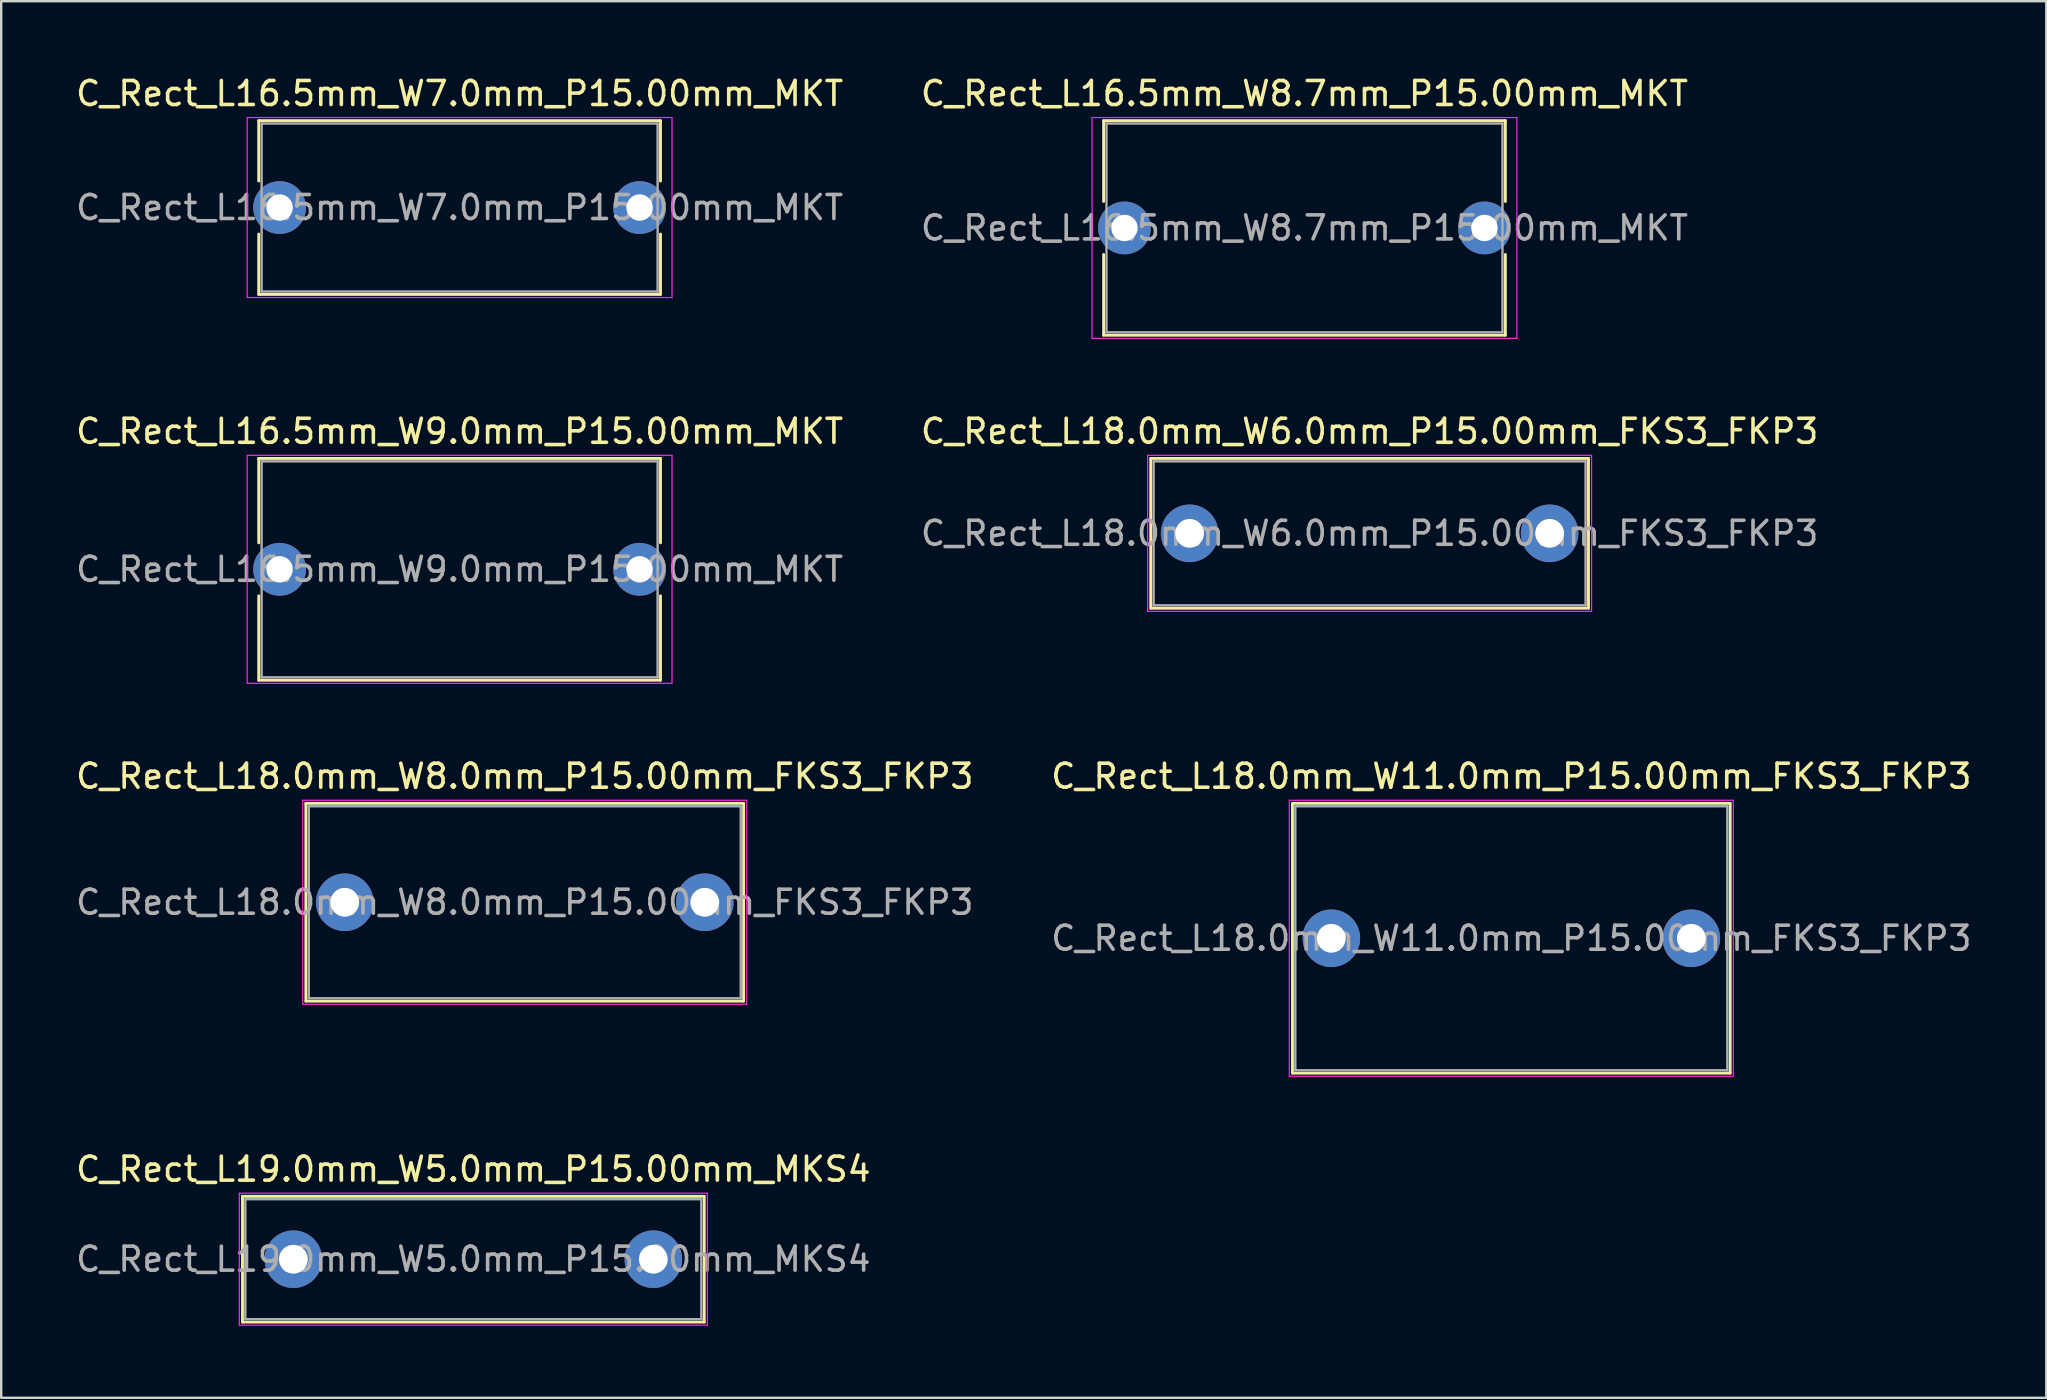
<source format=kicad_pcb>
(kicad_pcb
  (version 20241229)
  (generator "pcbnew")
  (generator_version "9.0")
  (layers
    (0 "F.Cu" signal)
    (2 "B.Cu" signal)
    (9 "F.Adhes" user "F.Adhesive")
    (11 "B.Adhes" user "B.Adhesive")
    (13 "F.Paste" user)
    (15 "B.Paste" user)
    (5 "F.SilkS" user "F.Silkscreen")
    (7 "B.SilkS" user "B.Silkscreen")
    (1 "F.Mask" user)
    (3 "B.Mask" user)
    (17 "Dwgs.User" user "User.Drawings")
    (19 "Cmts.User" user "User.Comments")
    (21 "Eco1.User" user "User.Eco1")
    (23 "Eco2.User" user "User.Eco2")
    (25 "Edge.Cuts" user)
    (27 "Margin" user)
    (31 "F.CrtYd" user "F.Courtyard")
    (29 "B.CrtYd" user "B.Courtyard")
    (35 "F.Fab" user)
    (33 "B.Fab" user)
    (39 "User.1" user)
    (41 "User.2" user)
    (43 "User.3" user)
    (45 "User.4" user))
  (footprint "C_Rect_L16.5mm_W8.7mm_P15.00mm_MKT"
    (layer "F.Cu")
    (at 43.804 6.448)
    (property "Reference" "C_Rect_L16.5mm_W8.7mm_P15.00mm_MKT" (at 7.5 -5.6 0) (layer "F.SilkS") (effects (font (size 1 1) (thickness 0.15))))
    (attr through_hole)
    (fp_line (start -0.87 -4.47) (end -0.87 -1.104) (stroke (width 0.12) (type solid)) (layer "F.SilkS"))
    (fp_line (start -0.87 -4.47) (end 15.87 -4.47) (stroke (width 0.12) (type solid)) (layer "F.SilkS"))
    (fp_line (start -0.87 1.104) (end -0.87 4.47) (stroke (width 0.12) (type solid)) (layer "F.SilkS"))
    (fp_line (start -0.87 4.47) (end 15.87 4.47) (stroke (width 0.12) (type solid)) (layer "F.SilkS"))
    (fp_line (start 15.87 -4.47) (end 15.87 -1.104) (stroke (width 0.12) (type solid)) (layer "F.SilkS"))
    (fp_line (start 15.87 1.104) (end 15.87 4.47) (stroke (width 0.12) (type solid)) (layer "F.SilkS"))
    (fp_line (start -1.35 -4.6) (end -1.35 4.6) (stroke (width 0.05) (type solid)) (layer "F.CrtYd"))
    (fp_line (start -1.35 4.6) (end 16.35 4.6) (stroke (width 0.05) (type solid)) (layer "F.CrtYd"))
    (fp_line (start 16.35 -4.6) (end -1.35 -4.6) (stroke (width 0.05) (type solid)) (layer "F.CrtYd"))
    (fp_line (start 16.35 4.6) (end 16.35 -4.6) (stroke (width 0.05) (type solid)) (layer "F.CrtYd"))
    (fp_line (start -0.75 -4.35) (end -0.75 4.35) (stroke (width 0.1) (type solid)) (layer "F.Fab"))
    (fp_line (start -0.75 4.35) (end 15.75 4.35) (stroke (width 0.1) (type solid)) (layer "F.Fab"))
    (fp_line (start 15.75 -4.35) (end -0.75 -4.35) (stroke (width 0.1) (type solid)) (layer "F.Fab"))
    (fp_line (start 15.75 4.35) (end 15.75 -4.35) (stroke (width 0.1) (type solid)) (layer "F.Fab"))
    (fp_text user "${REFERENCE}" (at 7.5 0 0) (layer "F.Fab") (effects (font (size 1 1) (thickness 0.15))))
    (pad "1" thru_hole circle (at 0 0) (size 2.2 2.2) (drill 1.1) (layers "*.Cu" "*.Mask"))
    (pad "2" thru_hole circle (at 15 0) (size 2.2 2.2) (drill 1.1) (layers "*.Cu" "*.Mask")))
  (footprint "C_Rect_L16.5mm_W7.0mm_P15.00mm_MKT"
    (layer "F.Cu")
    (at 8.601 5.598)
    (property "Reference" "C_Rect_L16.5mm_W7.0mm_P15.00mm_MKT" (at 7.5 -4.75 0) (layer "F.SilkS") (effects (font (size 1 1) (thickness 0.15))))
    (attr through_hole)
    (fp_line (start -0.87 -3.62) (end -0.87 -1.104) (stroke (width 0.12) (type solid)) (layer "F.SilkS"))
    (fp_line (start -0.87 -3.62) (end 15.87 -3.62) (stroke (width 0.12) (type solid)) (layer "F.SilkS"))
    (fp_line (start -0.87 1.104) (end -0.87 3.62) (stroke (width 0.12) (type solid)) (layer "F.SilkS"))
    (fp_line (start -0.87 3.62) (end 15.87 3.62) (stroke (width 0.12) (type solid)) (layer "F.SilkS"))
    (fp_line (start 15.87 -3.62) (end 15.87 -1.104) (stroke (width 0.12) (type solid)) (layer "F.SilkS"))
    (fp_line (start 15.87 1.104) (end 15.87 3.62) (stroke (width 0.12) (type solid)) (layer "F.SilkS"))
    (fp_line (start -1.35 -3.75) (end -1.35 3.75) (stroke (width 0.05) (type solid)) (layer "F.CrtYd"))
    (fp_line (start -1.35 3.75) (end 16.35 3.75) (stroke (width 0.05) (type solid)) (layer "F.CrtYd"))
    (fp_line (start 16.35 -3.75) (end -1.35 -3.75) (stroke (width 0.05) (type solid)) (layer "F.CrtYd"))
    (fp_line (start 16.35 3.75) (end 16.35 -3.75) (stroke (width 0.05) (type solid)) (layer "F.CrtYd"))
    (fp_line (start -0.75 -3.5) (end -0.75 3.5) (stroke (width 0.1) (type solid)) (layer "F.Fab"))
    (fp_line (start -0.75 3.5) (end 15.75 3.5) (stroke (width 0.1) (type solid)) (layer "F.Fab"))
    (fp_line (start 15.75 -3.5) (end -0.75 -3.5) (stroke (width 0.1) (type solid)) (layer "F.Fab"))
    (fp_line (start 15.75 3.5) (end 15.75 -3.5) (stroke (width 0.1) (type solid)) (layer "F.Fab"))
    (fp_text user "${REFERENCE}" (at 7.5 0 0) (layer "F.Fab") (effects (font (size 1 1) (thickness 0.15))))
    (pad "1" thru_hole circle (at 0 0) (size 2.2 2.2) (drill 1.1) (layers "*.Cu" "*.Mask"))
    (pad "2" thru_hole circle (at 15 0) (size 2.2 2.2) (drill 1.1) (layers "*.Cu" "*.Mask")))
  (footprint "C_Rect_L16.5mm_W9.0mm_P15.00mm_MKT"
    (layer "F.Cu")
    (at 8.601 20.672)
    (property "Reference" "C_Rect_L16.5mm_W9.0mm_P15.00mm_MKT" (at 7.5 -5.75 0) (layer "F.SilkS") (effects (font (size 1 1) (thickness 0.15))))
    (attr through_hole)
    (fp_line (start -0.87 -4.62) (end -0.87 -1.104) (stroke (width 0.12) (type solid)) (layer "F.SilkS"))
    (fp_line (start -0.87 -4.62) (end 15.87 -4.62) (stroke (width 0.12) (type solid)) (layer "F.SilkS"))
    (fp_line (start -0.87 1.104) (end -0.87 4.62) (stroke (width 0.12) (type solid)) (layer "F.SilkS"))
    (fp_line (start -0.87 4.62) (end 15.87 4.62) (stroke (width 0.12) (type solid)) (layer "F.SilkS"))
    (fp_line (start 15.87 -4.62) (end 15.87 -1.104) (stroke (width 0.12) (type solid)) (layer "F.SilkS"))
    (fp_line (start 15.87 1.104) (end 15.87 4.62) (stroke (width 0.12) (type solid)) (layer "F.SilkS"))
    (fp_line (start -1.35 -4.75) (end -1.35 4.75) (stroke (width 0.05) (type solid)) (layer "F.CrtYd"))
    (fp_line (start -1.35 4.75) (end 16.35 4.75) (stroke (width 0.05) (type solid)) (layer "F.CrtYd"))
    (fp_line (start 16.35 -4.75) (end -1.35 -4.75) (stroke (width 0.05) (type solid)) (layer "F.CrtYd"))
    (fp_line (start 16.35 4.75) (end 16.35 -4.75) (stroke (width 0.05) (type solid)) (layer "F.CrtYd"))
    (fp_line (start -0.75 -4.5) (end -0.75 4.5) (stroke (width 0.1) (type solid)) (layer "F.Fab"))
    (fp_line (start -0.75 4.5) (end 15.75 4.5) (stroke (width 0.1) (type solid)) (layer "F.Fab"))
    (fp_line (start 15.75 -4.5) (end -0.75 -4.5) (stroke (width 0.1) (type solid)) (layer "F.Fab"))
    (fp_line (start 15.75 4.5) (end 15.75 -4.5) (stroke (width 0.1) (type solid)) (layer "F.Fab"))
    (fp_text user "${REFERENCE}" (at 7.5 0 0) (layer "F.Fab") (effects (font (size 1 1) (thickness 0.15))))
    (pad "1" thru_hole circle (at 0 0) (size 2.2 2.2) (drill 1.1) (layers "*.Cu" "*.Mask"))
    (pad "2" thru_hole circle (at 15 0) (size 2.2 2.2) (drill 1.1) (layers "*.Cu" "*.Mask")))
  (footprint "C_Rect_L18.0mm_W11.0mm_P15.00mm_FKS3_FKP3"
    (layer "F.Cu")
    (at 52.423 36.045)
    (property "Reference" "C_Rect_L18.0mm_W11.0mm_P15.00mm_FKS3_FKP3" (at 7.5 -6.75 0) (layer "F.SilkS") (effects (font (size 1 1) (thickness 0.15))))
    (attr through_hole)
    (fp_line (start -1.62 -5.62) (end -1.62 5.62) (stroke (width 0.12) (type solid)) (layer "F.SilkS"))
    (fp_line (start -1.62 -5.62) (end 16.62 -5.62) (stroke (width 0.12) (type solid)) (layer "F.SilkS"))
    (fp_line (start -1.62 5.62) (end 16.62 5.62) (stroke (width 0.12) (type solid)) (layer "F.SilkS"))
    (fp_line (start 16.62 -5.62) (end 16.62 5.62) (stroke (width 0.12) (type solid)) (layer "F.SilkS"))
    (fp_line (start -1.75 -5.75) (end -1.75 5.75) (stroke (width 0.05) (type solid)) (layer "F.CrtYd"))
    (fp_line (start -1.75 5.75) (end 16.75 5.75) (stroke (width 0.05) (type solid)) (layer "F.CrtYd"))
    (fp_line (start 16.75 -5.75) (end -1.75 -5.75) (stroke (width 0.05) (type solid)) (layer "F.CrtYd"))
    (fp_line (start 16.75 5.75) (end 16.75 -5.75) (stroke (width 0.05) (type solid)) (layer "F.CrtYd"))
    (fp_line (start -1.5 -5.5) (end -1.5 5.5) (stroke (width 0.1) (type solid)) (layer "F.Fab"))
    (fp_line (start -1.5 5.5) (end 16.5 5.5) (stroke (width 0.1) (type solid)) (layer "F.Fab"))
    (fp_line (start 16.5 -5.5) (end -1.5 -5.5) (stroke (width 0.1) (type solid)) (layer "F.Fab"))
    (fp_line (start 16.5 5.5) (end 16.5 -5.5) (stroke (width 0.1) (type solid)) (layer "F.Fab"))
    (fp_text user "${REFERENCE}" (at 7.5 0 0) (layer "F.Fab") (effects (font (size 1 1) (thickness 0.15))))
    (pad "1" thru_hole circle (at 0 0) (size 2.4 2.4) (drill 1.2) (layers "*.Cu" "*.Mask"))
    (pad "2" thru_hole circle (at 15 0) (size 2.4 2.4) (drill 1.2) (layers "*.Cu" "*.Mask")))
  (footprint "C_Rect_L19.0mm_W5.0mm_P15.00mm_MKS4"
    (layer "F.Cu")
    (at 9.173 49.418)
    (property "Reference" "C_Rect_L19.0mm_W5.0mm_P15.00mm_MKS4" (at 7.5 -3.75 0) (layer "F.SilkS") (effects (font (size 1 1) (thickness 0.15))))
    (attr through_hole)
    (fp_line (start -2.12 -2.62) (end -2.12 2.62) (stroke (width 0.12) (type solid)) (layer "F.SilkS"))
    (fp_line (start -2.12 -2.62) (end 17.12 -2.62) (stroke (width 0.12) (type solid)) (layer "F.SilkS"))
    (fp_line (start -2.12 2.62) (end 17.12 2.62) (stroke (width 0.12) (type solid)) (layer "F.SilkS"))
    (fp_line (start 17.12 -2.62) (end 17.12 2.62) (stroke (width 0.12) (type solid)) (layer "F.SilkS"))
    (fp_line (start -2.25 -2.75) (end -2.25 2.75) (stroke (width 0.05) (type solid)) (layer "F.CrtYd"))
    (fp_line (start -2.25 2.75) (end 17.25 2.75) (stroke (width 0.05) (type solid)) (layer "F.CrtYd"))
    (fp_line (start 17.25 -2.75) (end -2.25 -2.75) (stroke (width 0.05) (type solid)) (layer "F.CrtYd"))
    (fp_line (start 17.25 2.75) (end 17.25 -2.75) (stroke (width 0.05) (type solid)) (layer "F.CrtYd"))
    (fp_line (start -2 -2.5) (end -2 2.5) (stroke (width 0.1) (type solid)) (layer "F.Fab"))
    (fp_line (start -2 2.5) (end 17 2.5) (stroke (width 0.1) (type solid)) (layer "F.Fab"))
    (fp_line (start 17 -2.5) (end -2 -2.5) (stroke (width 0.1) (type solid)) (layer "F.Fab"))
    (fp_line (start 17 2.5) (end 17 -2.5) (stroke (width 0.1) (type solid)) (layer "F.Fab"))
    (fp_text user "${REFERENCE}" (at 7.5 0 0) (layer "F.Fab") (effects (font (size 1 1) (thickness 0.15))))
    (pad "1" thru_hole circle (at 0 0) (size 2.4 2.4) (drill 1.2) (layers "*.Cu" "*.Mask"))
    (pad "2" thru_hole circle (at 15 0) (size 2.4 2.4) (drill 1.2) (layers "*.Cu" "*.Mask")))
  (footprint "C_Rect_L18.0mm_W8.0mm_P15.00mm_FKS3_FKP3"
    (layer "F.Cu")
    (at 11.315 34.545)
    (property "Reference" "C_Rect_L18.0mm_W8.0mm_P15.00mm_FKS3_FKP3" (at 7.5 -5.25 0) (layer "F.SilkS") (effects (font (size 1 1) (thickness 0.15))))
    (attr through_hole)
    (fp_line (start -1.62 -4.12) (end -1.62 4.12) (stroke (width 0.12) (type solid)) (layer "F.SilkS"))
    (fp_line (start -1.62 -4.12) (end 16.62 -4.12) (stroke (width 0.12) (type solid)) (layer "F.SilkS"))
    (fp_line (start -1.62 4.12) (end 16.62 4.12) (stroke (width 0.12) (type solid)) (layer "F.SilkS"))
    (fp_line (start 16.62 -4.12) (end 16.62 4.12) (stroke (width 0.12) (type solid)) (layer "F.SilkS"))
    (fp_line (start -1.75 -4.25) (end -1.75 4.25) (stroke (width 0.05) (type solid)) (layer "F.CrtYd"))
    (fp_line (start -1.75 4.25) (end 16.75 4.25) (stroke (width 0.05) (type solid)) (layer "F.CrtYd"))
    (fp_line (start 16.75 -4.25) (end -1.75 -4.25) (stroke (width 0.05) (type solid)) (layer "F.CrtYd"))
    (fp_line (start 16.75 4.25) (end 16.75 -4.25) (stroke (width 0.05) (type solid)) (layer "F.CrtYd"))
    (fp_line (start -1.5 -4) (end -1.5 4) (stroke (width 0.1) (type solid)) (layer "F.Fab"))
    (fp_line (start -1.5 4) (end 16.5 4) (stroke (width 0.1) (type solid)) (layer "F.Fab"))
    (fp_line (start 16.5 -4) (end -1.5 -4) (stroke (width 0.1) (type solid)) (layer "F.Fab"))
    (fp_line (start 16.5 4) (end 16.5 -4) (stroke (width 0.1) (type solid)) (layer "F.Fab"))
    (fp_text user "${REFERENCE}" (at 7.5 0 0) (layer "F.Fab") (effects (font (size 1 1) (thickness 0.15))))
    (pad "1" thru_hole circle (at 0 0) (size 2.4 2.4) (drill 1.2) (layers "*.Cu" "*.Mask"))
    (pad "2" thru_hole circle (at 15 0) (size 2.4 2.4) (drill 1.2) (layers "*.Cu" "*.Mask")))
  (footprint "C_Rect_L18.0mm_W6.0mm_P15.00mm_FKS3_FKP3"
    (layer "F.Cu")
    (at 46.518 19.172)
    (property "Reference" "C_Rect_L18.0mm_W6.0mm_P15.00mm_FKS3_FKP3" (at 7.5 -4.25 0) (layer "F.SilkS") (effects (font (size 1 1) (thickness 0.15))))
    (attr through_hole)
    (fp_line (start -1.62 -3.12) (end -1.62 3.12) (stroke (width 0.12) (type solid)) (layer "F.SilkS"))
    (fp_line (start -1.62 -3.12) (end 16.62 -3.12) (stroke (width 0.12) (type solid)) (layer "F.SilkS"))
    (fp_line (start -1.62 3.12) (end 16.62 3.12) (stroke (width 0.12) (type solid)) (layer "F.SilkS"))
    (fp_line (start 16.62 -3.12) (end 16.62 3.12) (stroke (width 0.12) (type solid)) (layer "F.SilkS"))
    (fp_line (start -1.75 -3.25) (end -1.75 3.25) (stroke (width 0.05) (type solid)) (layer "F.CrtYd"))
    (fp_line (start -1.75 3.25) (end 16.75 3.25) (stroke (width 0.05) (type solid)) (layer "F.CrtYd"))
    (fp_line (start 16.75 -3.25) (end -1.75 -3.25) (stroke (width 0.05) (type solid)) (layer "F.CrtYd"))
    (fp_line (start 16.75 3.25) (end 16.75 -3.25) (stroke (width 0.05) (type solid)) (layer "F.CrtYd"))
    (fp_line (start -1.5 -3) (end -1.5 3) (stroke (width 0.1) (type solid)) (layer "F.Fab"))
    (fp_line (start -1.5 3) (end 16.5 3) (stroke (width 0.1) (type solid)) (layer "F.Fab"))
    (fp_line (start 16.5 -3) (end -1.5 -3) (stroke (width 0.1) (type solid)) (layer "F.Fab"))
    (fp_line (start 16.5 3) (end 16.5 -3) (stroke (width 0.1) (type solid)) (layer "F.Fab"))
    (fp_text user "${REFERENCE}" (at 7.5 0 0) (layer "F.Fab") (effects (font (size 1 1) (thickness 0.15))))
    (pad "1" thru_hole circle (at 0 0) (size 2.4 2.4) (drill 1.2) (layers "*.Cu" "*.Mask"))
    (pad "2" thru_hole circle (at 15 0) (size 2.4 2.4) (drill 1.2) (layers "*.Cu" "*.Mask")))
  (gr_rect
    (start -3 -3)
    (end 82.214 55.193)
    (stroke (width 0.1) (type default))
    (fill no)
    (layer "Edge.Cuts")))
</source>
